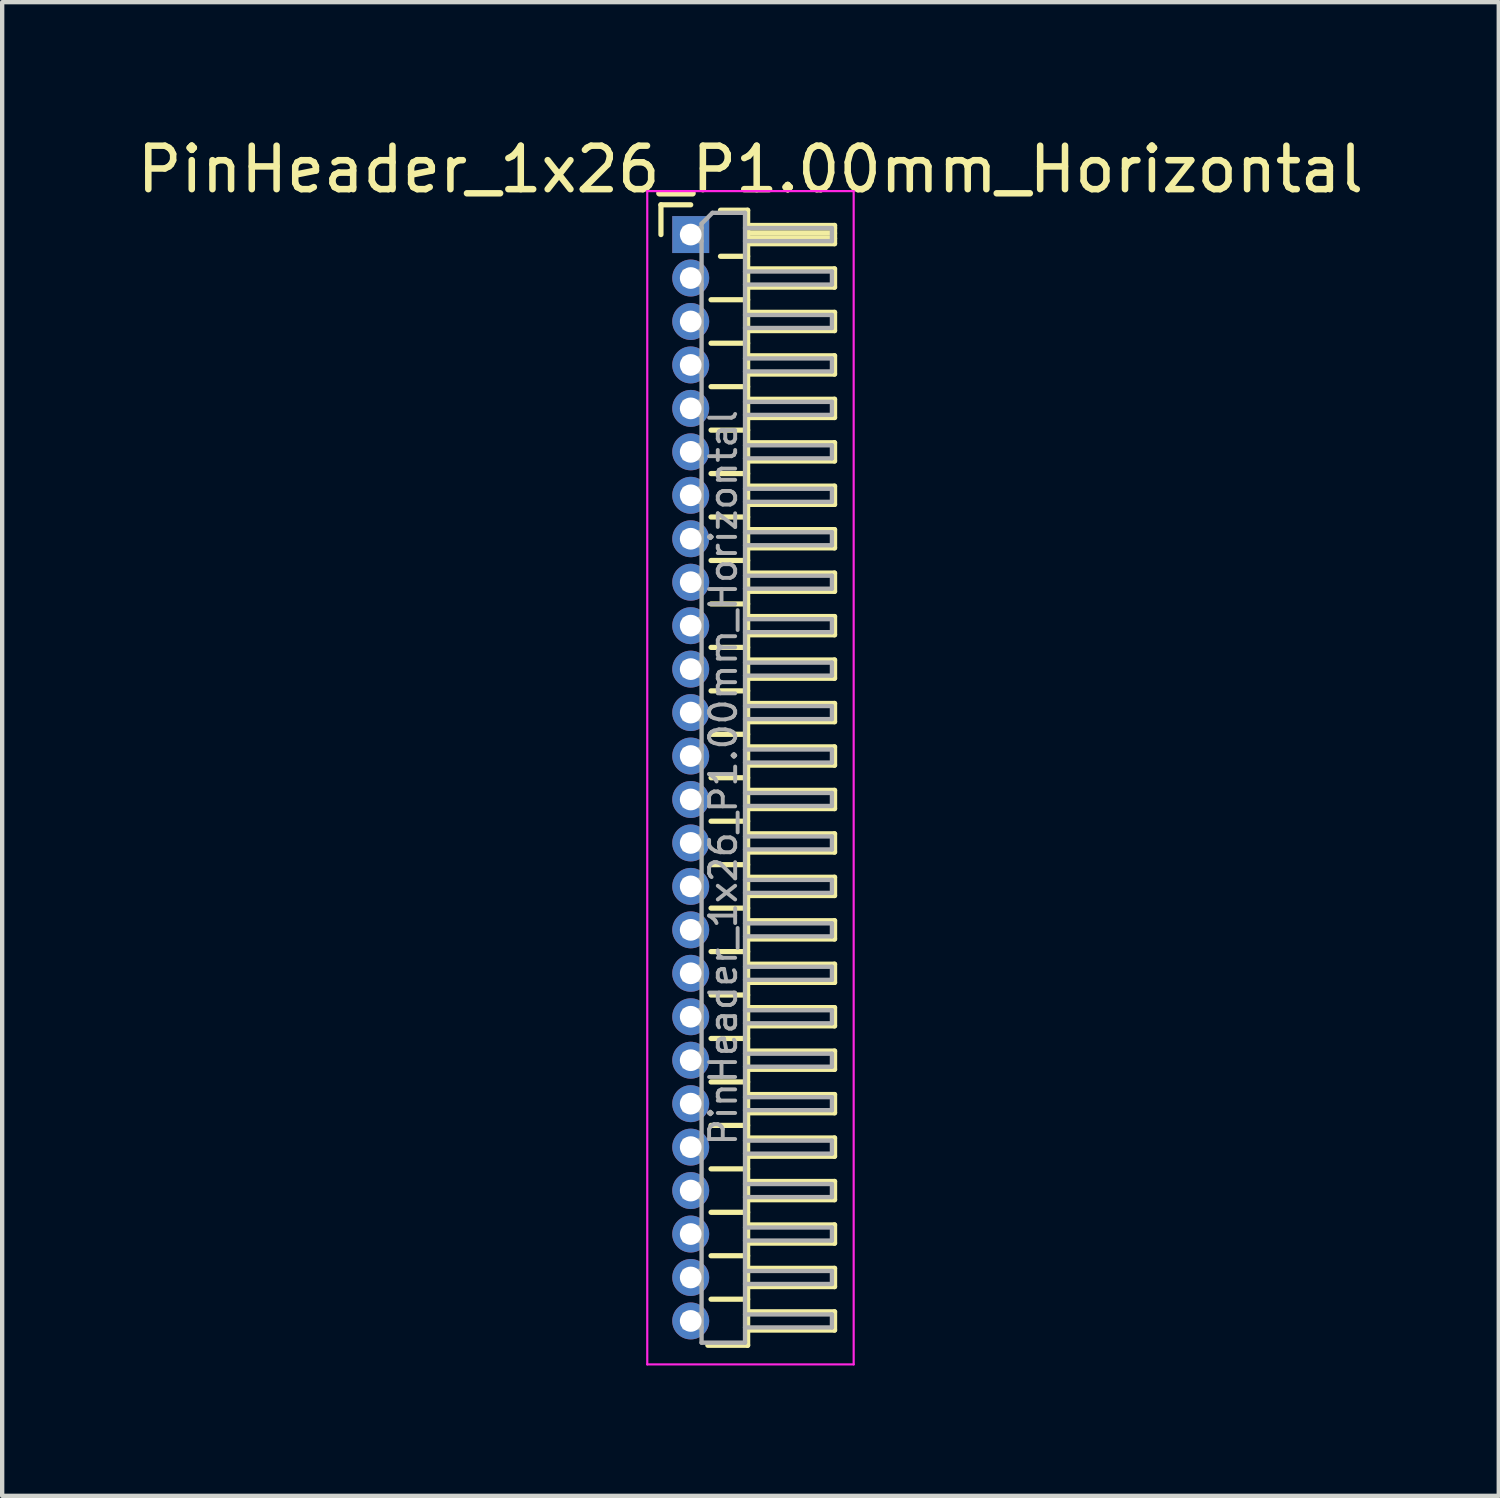
<source format=kicad_pcb>
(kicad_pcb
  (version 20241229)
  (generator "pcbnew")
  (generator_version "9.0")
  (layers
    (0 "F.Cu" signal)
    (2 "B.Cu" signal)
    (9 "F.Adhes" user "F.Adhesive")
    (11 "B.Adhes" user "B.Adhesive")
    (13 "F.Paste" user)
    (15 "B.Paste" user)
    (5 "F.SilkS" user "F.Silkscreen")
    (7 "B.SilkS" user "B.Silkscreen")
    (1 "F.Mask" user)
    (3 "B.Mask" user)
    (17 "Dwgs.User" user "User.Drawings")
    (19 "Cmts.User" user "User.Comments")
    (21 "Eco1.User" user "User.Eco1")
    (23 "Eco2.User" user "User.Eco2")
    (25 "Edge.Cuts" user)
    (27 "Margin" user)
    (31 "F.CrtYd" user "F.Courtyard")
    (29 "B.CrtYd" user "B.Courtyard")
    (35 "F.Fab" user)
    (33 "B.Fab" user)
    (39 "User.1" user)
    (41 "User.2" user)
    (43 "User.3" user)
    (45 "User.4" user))
  (footprint "PinHeader_1x26_P1.00mm_Horizontal"
    (layer "F.Cu")
    (at 12.845 2.348)
    (property "Reference" "PinHeader_1x26_P1.00mm_Horizontal" (at 1.375 -1.5 0) (layer "F.SilkS") (effects (font (size 1 1) (thickness 0.15))))
    (attr through_hole)
    (fp_line (start -0.685 -0.685) (end 0 -0.685) (stroke (width 0.12) (type solid)) (layer "F.SilkS"))
    (fp_line (start -0.685 0) (end -0.685 -0.685) (stroke (width 0.12) (type solid)) (layer "F.SilkS"))
    (fp_line (start 0.468 1.5) (end 1.31 1.5) (stroke (width 0.12) (type solid)) (layer "F.SilkS"))
    (fp_line (start 0.468 2.5) (end 1.31 2.5) (stroke (width 0.12) (type solid)) (layer "F.SilkS"))
    (fp_line (start 0.468 3.5) (end 1.31 3.5) (stroke (width 0.12) (type solid)) (layer "F.SilkS"))
    (fp_line (start 0.468 4.5) (end 1.31 4.5) (stroke (width 0.12) (type solid)) (layer "F.SilkS"))
    (fp_line (start 0.468 5.5) (end 1.31 5.5) (stroke (width 0.12) (type solid)) (layer "F.SilkS"))
    (fp_line (start 0.468 6.5) (end 1.31 6.5) (stroke (width 0.12) (type solid)) (layer "F.SilkS"))
    (fp_line (start 0.468 7.5) (end 1.31 7.5) (stroke (width 0.12) (type solid)) (layer "F.SilkS"))
    (fp_line (start 0.468 8.5) (end 1.31 8.5) (stroke (width 0.12) (type solid)) (layer "F.SilkS"))
    (fp_line (start 0.468 9.5) (end 1.31 9.5) (stroke (width 0.12) (type solid)) (layer "F.SilkS"))
    (fp_line (start 0.468 10.5) (end 1.31 10.5) (stroke (width 0.12) (type solid)) (layer "F.SilkS"))
    (fp_line (start 0.468 11.5) (end 1.31 11.5) (stroke (width 0.12) (type solid)) (layer "F.SilkS"))
    (fp_line (start 0.468 12.5) (end 1.31 12.5) (stroke (width 0.12) (type solid)) (layer "F.SilkS"))
    (fp_line (start 0.468 13.5) (end 1.31 13.5) (stroke (width 0.12) (type solid)) (layer "F.SilkS"))
    (fp_line (start 0.468 14.5) (end 1.31 14.5) (stroke (width 0.12) (type solid)) (layer "F.SilkS"))
    (fp_line (start 0.468 15.5) (end 1.31 15.5) (stroke (width 0.12) (type solid)) (layer "F.SilkS"))
    (fp_line (start 0.468 16.5) (end 1.31 16.5) (stroke (width 0.12) (type solid)) (layer "F.SilkS"))
    (fp_line (start 0.468 17.5) (end 1.31 17.5) (stroke (width 0.12) (type solid)) (layer "F.SilkS"))
    (fp_line (start 0.468 18.5) (end 1.31 18.5) (stroke (width 0.12) (type solid)) (layer "F.SilkS"))
    (fp_line (start 0.468 19.5) (end 1.31 19.5) (stroke (width 0.12) (type solid)) (layer "F.SilkS"))
    (fp_line (start 0.468 20.5) (end 1.31 20.5) (stroke (width 0.12) (type solid)) (layer "F.SilkS"))
    (fp_line (start 0.468 21.5) (end 1.31 21.5) (stroke (width 0.12) (type solid)) (layer "F.SilkS"))
    (fp_line (start 0.468 22.5) (end 1.31 22.5) (stroke (width 0.12) (type solid)) (layer "F.SilkS"))
    (fp_line (start 0.468 23.5) (end 1.31 23.5) (stroke (width 0.12) (type solid)) (layer "F.SilkS"))
    (fp_line (start 0.468 24.5) (end 1.31 24.5) (stroke (width 0.12) (type solid)) (layer "F.SilkS"))
    (fp_line (start 0.685 -0.56) (end 1.31 -0.56) (stroke (width 0.12) (type solid)) (layer "F.SilkS"))
    (fp_line (start 0.685 0.5) (end 1.31 0.5) (stroke (width 0.12) (type solid)) (layer "F.SilkS"))
    (fp_line (start 1.31 -0.56) (end 1.31 25.56) (stroke (width 0.12) (type solid)) (layer "F.SilkS"))
    (fp_line (start 1.31 -0.21) (end 3.31 -0.21) (stroke (width 0.12) (type solid)) (layer "F.SilkS"))
    (fp_line (start 1.31 -0.15) (end 3.31 -0.15) (stroke (width 0.12) (type solid)) (layer "F.SilkS"))
    (fp_line (start 1.31 -0.03) (end 3.31 -0.03) (stroke (width 0.12) (type solid)) (layer "F.SilkS"))
    (fp_line (start 1.31 0.09) (end 3.31 0.09) (stroke (width 0.12) (type solid)) (layer "F.SilkS"))
    (fp_line (start 1.31 0.79) (end 3.31 0.79) (stroke (width 0.12) (type solid)) (layer "F.SilkS"))
    (fp_line (start 1.31 1.79) (end 3.31 1.79) (stroke (width 0.12) (type solid)) (layer "F.SilkS"))
    (fp_line (start 1.31 2.79) (end 3.31 2.79) (stroke (width 0.12) (type solid)) (layer "F.SilkS"))
    (fp_line (start 1.31 3.79) (end 3.31 3.79) (stroke (width 0.12) (type solid)) (layer "F.SilkS"))
    (fp_line (start 1.31 4.79) (end 3.31 4.79) (stroke (width 0.12) (type solid)) (layer "F.SilkS"))
    (fp_line (start 1.31 5.79) (end 3.31 5.79) (stroke (width 0.12) (type solid)) (layer "F.SilkS"))
    (fp_line (start 1.31 6.79) (end 3.31 6.79) (stroke (width 0.12) (type solid)) (layer "F.SilkS"))
    (fp_line (start 1.31 7.79) (end 3.31 7.79) (stroke (width 0.12) (type solid)) (layer "F.SilkS"))
    (fp_line (start 1.31 8.79) (end 3.31 8.79) (stroke (width 0.12) (type solid)) (layer "F.SilkS"))
    (fp_line (start 1.31 9.79) (end 3.31 9.79) (stroke (width 0.12) (type solid)) (layer "F.SilkS"))
    (fp_line (start 1.31 10.79) (end 3.31 10.79) (stroke (width 0.12) (type solid)) (layer "F.SilkS"))
    (fp_line (start 1.31 11.79) (end 3.31 11.79) (stroke (width 0.12) (type solid)) (layer "F.SilkS"))
    (fp_line (start 1.31 12.79) (end 3.31 12.79) (stroke (width 0.12) (type solid)) (layer "F.SilkS"))
    (fp_line (start 1.31 13.79) (end 3.31 13.79) (stroke (width 0.12) (type solid)) (layer "F.SilkS"))
    (fp_line (start 1.31 14.79) (end 3.31 14.79) (stroke (width 0.12) (type solid)) (layer "F.SilkS"))
    (fp_line (start 1.31 15.79) (end 3.31 15.79) (stroke (width 0.12) (type solid)) (layer "F.SilkS"))
    (fp_line (start 1.31 16.79) (end 3.31 16.79) (stroke (width 0.12) (type solid)) (layer "F.SilkS"))
    (fp_line (start 1.31 17.79) (end 3.31 17.79) (stroke (width 0.12) (type solid)) (layer "F.SilkS"))
    (fp_line (start 1.31 18.79) (end 3.31 18.79) (stroke (width 0.12) (type solid)) (layer "F.SilkS"))
    (fp_line (start 1.31 19.79) (end 3.31 19.79) (stroke (width 0.12) (type solid)) (layer "F.SilkS"))
    (fp_line (start 1.31 20.79) (end 3.31 20.79) (stroke (width 0.12) (type solid)) (layer "F.SilkS"))
    (fp_line (start 1.31 21.79) (end 3.31 21.79) (stroke (width 0.12) (type solid)) (layer "F.SilkS"))
    (fp_line (start 1.31 22.79) (end 3.31 22.79) (stroke (width 0.12) (type solid)) (layer "F.SilkS"))
    (fp_line (start 1.31 23.79) (end 3.31 23.79) (stroke (width 0.12) (type solid)) (layer "F.SilkS"))
    (fp_line (start 1.31 24.79) (end 3.31 24.79) (stroke (width 0.12) (type solid)) (layer "F.SilkS"))
    (fp_line (start 1.31 25.56) (end 0.394 25.56) (stroke (width 0.12) (type solid)) (layer "F.SilkS"))
    (fp_line (start 3.31 -0.21) (end 3.31 0.21) (stroke (width 0.12) (type solid)) (layer "F.SilkS"))
    (fp_line (start 3.31 0.21) (end 1.31 0.21) (stroke (width 0.12) (type solid)) (layer "F.SilkS"))
    (fp_line (start 3.31 0.79) (end 3.31 1.21) (stroke (width 0.12) (type solid)) (layer "F.SilkS"))
    (fp_line (start 3.31 1.21) (end 1.31 1.21) (stroke (width 0.12) (type solid)) (layer "F.SilkS"))
    (fp_line (start 3.31 1.79) (end 3.31 2.21) (stroke (width 0.12) (type solid)) (layer "F.SilkS"))
    (fp_line (start 3.31 2.21) (end 1.31 2.21) (stroke (width 0.12) (type solid)) (layer "F.SilkS"))
    (fp_line (start 3.31 2.79) (end 3.31 3.21) (stroke (width 0.12) (type solid)) (layer "F.SilkS"))
    (fp_line (start 3.31 3.21) (end 1.31 3.21) (stroke (width 0.12) (type solid)) (layer "F.SilkS"))
    (fp_line (start 3.31 3.79) (end 3.31 4.21) (stroke (width 0.12) (type solid)) (layer "F.SilkS"))
    (fp_line (start 3.31 4.21) (end 1.31 4.21) (stroke (width 0.12) (type solid)) (layer "F.SilkS"))
    (fp_line (start 3.31 4.79) (end 3.31 5.21) (stroke (width 0.12) (type solid)) (layer "F.SilkS"))
    (fp_line (start 3.31 5.21) (end 1.31 5.21) (stroke (width 0.12) (type solid)) (layer "F.SilkS"))
    (fp_line (start 3.31 5.79) (end 3.31 6.21) (stroke (width 0.12) (type solid)) (layer "F.SilkS"))
    (fp_line (start 3.31 6.21) (end 1.31 6.21) (stroke (width 0.12) (type solid)) (layer "F.SilkS"))
    (fp_line (start 3.31 6.79) (end 3.31 7.21) (stroke (width 0.12) (type solid)) (layer "F.SilkS"))
    (fp_line (start 3.31 7.21) (end 1.31 7.21) (stroke (width 0.12) (type solid)) (layer "F.SilkS"))
    (fp_line (start 3.31 7.79) (end 3.31 8.21) (stroke (width 0.12) (type solid)) (layer "F.SilkS"))
    (fp_line (start 3.31 8.21) (end 1.31 8.21) (stroke (width 0.12) (type solid)) (layer "F.SilkS"))
    (fp_line (start 3.31 8.79) (end 3.31 9.21) (stroke (width 0.12) (type solid)) (layer "F.SilkS"))
    (fp_line (start 3.31 9.21) (end 1.31 9.21) (stroke (width 0.12) (type solid)) (layer "F.SilkS"))
    (fp_line (start 3.31 9.79) (end 3.31 10.21) (stroke (width 0.12) (type solid)) (layer "F.SilkS"))
    (fp_line (start 3.31 10.21) (end 1.31 10.21) (stroke (width 0.12) (type solid)) (layer "F.SilkS"))
    (fp_line (start 3.31 10.79) (end 3.31 11.21) (stroke (width 0.12) (type solid)) (layer "F.SilkS"))
    (fp_line (start 3.31 11.21) (end 1.31 11.21) (stroke (width 0.12) (type solid)) (layer "F.SilkS"))
    (fp_line (start 3.31 11.79) (end 3.31 12.21) (stroke (width 0.12) (type solid)) (layer "F.SilkS"))
    (fp_line (start 3.31 12.21) (end 1.31 12.21) (stroke (width 0.12) (type solid)) (layer "F.SilkS"))
    (fp_line (start 3.31 12.79) (end 3.31 13.21) (stroke (width 0.12) (type solid)) (layer "F.SilkS"))
    (fp_line (start 3.31 13.21) (end 1.31 13.21) (stroke (width 0.12) (type solid)) (layer "F.SilkS"))
    (fp_line (start 3.31 13.79) (end 3.31 14.21) (stroke (width 0.12) (type solid)) (layer "F.SilkS"))
    (fp_line (start 3.31 14.21) (end 1.31 14.21) (stroke (width 0.12) (type solid)) (layer "F.SilkS"))
    (fp_line (start 3.31 14.79) (end 3.31 15.21) (stroke (width 0.12) (type solid)) (layer "F.SilkS"))
    (fp_line (start 3.31 15.21) (end 1.31 15.21) (stroke (width 0.12) (type solid)) (layer "F.SilkS"))
    (fp_line (start 3.31 15.79) (end 3.31 16.21) (stroke (width 0.12) (type solid)) (layer "F.SilkS"))
    (fp_line (start 3.31 16.21) (end 1.31 16.21) (stroke (width 0.12) (type solid)) (layer "F.SilkS"))
    (fp_line (start 3.31 16.79) (end 3.31 17.21) (stroke (width 0.12) (type solid)) (layer "F.SilkS"))
    (fp_line (start 3.31 17.21) (end 1.31 17.21) (stroke (width 0.12) (type solid)) (layer "F.SilkS"))
    (fp_line (start 3.31 17.79) (end 3.31 18.21) (stroke (width 0.12) (type solid)) (layer "F.SilkS"))
    (fp_line (start 3.31 18.21) (end 1.31 18.21) (stroke (width 0.12) (type solid)) (layer "F.SilkS"))
    (fp_line (start 3.31 18.79) (end 3.31 19.21) (stroke (width 0.12) (type solid)) (layer "F.SilkS"))
    (fp_line (start 3.31 19.21) (end 1.31 19.21) (stroke (width 0.12) (type solid)) (layer "F.SilkS"))
    (fp_line (start 3.31 19.79) (end 3.31 20.21) (stroke (width 0.12) (type solid)) (layer "F.SilkS"))
    (fp_line (start 3.31 20.21) (end 1.31 20.21) (stroke (width 0.12) (type solid)) (layer "F.SilkS"))
    (fp_line (start 3.31 20.79) (end 3.31 21.21) (stroke (width 0.12) (type solid)) (layer "F.SilkS"))
    (fp_line (start 3.31 21.21) (end 1.31 21.21) (stroke (width 0.12) (type solid)) (layer "F.SilkS"))
    (fp_line (start 3.31 21.79) (end 3.31 22.21) (stroke (width 0.12) (type solid)) (layer "F.SilkS"))
    (fp_line (start 3.31 22.21) (end 1.31 22.21) (stroke (width 0.12) (type solid)) (layer "F.SilkS"))
    (fp_line (start 3.31 22.79) (end 3.31 23.21) (stroke (width 0.12) (type solid)) (layer "F.SilkS"))
    (fp_line (start 3.31 23.21) (end 1.31 23.21) (stroke (width 0.12) (type solid)) (layer "F.SilkS"))
    (fp_line (start 3.31 23.79) (end 3.31 24.21) (stroke (width 0.12) (type solid)) (layer "F.SilkS"))
    (fp_line (start 3.31 24.21) (end 1.31 24.21) (stroke (width 0.12) (type solid)) (layer "F.SilkS"))
    (fp_line (start 3.31 24.79) (end 3.31 25.21) (stroke (width 0.12) (type solid)) (layer "F.SilkS"))
    (fp_line (start 3.31 25.21) (end 1.31 25.21) (stroke (width 0.12) (type solid)) (layer "F.SilkS"))
    (fp_line (start -1 -1) (end -1 26) (stroke (width 0.05) (type solid)) (layer "F.CrtYd"))
    (fp_line (start -1 26) (end 3.75 26) (stroke (width 0.05) (type solid)) (layer "F.CrtYd"))
    (fp_line (start 3.75 -1) (end -1 -1) (stroke (width 0.05) (type solid)) (layer "F.CrtYd"))
    (fp_line (start 3.75 26) (end 3.75 -1) (stroke (width 0.05) (type solid)) (layer "F.CrtYd"))
    (fp_line (start -0.15 -0.15) (end -0.15 0.15) (stroke (width 0.1) (type solid)) (layer "F.Fab"))
    (fp_line (start -0.15 -0.15) (end 0.25 -0.15) (stroke (width 0.1) (type solid)) (layer "F.Fab"))
    (fp_line (start -0.15 0.15) (end 0.25 0.15) (stroke (width 0.1) (type solid)) (layer "F.Fab"))
    (fp_line (start -0.15 0.85) (end -0.15 1.15) (stroke (width 0.1) (type solid)) (layer "F.Fab"))
    (fp_line (start -0.15 0.85) (end 0.25 0.85) (stroke (width 0.1) (type solid)) (layer "F.Fab"))
    (fp_line (start -0.15 1.15) (end 0.25 1.15) (stroke (width 0.1) (type solid)) (layer "F.Fab"))
    (fp_line (start -0.15 1.85) (end -0.15 2.15) (stroke (width 0.1) (type solid)) (layer "F.Fab"))
    (fp_line (start -0.15 1.85) (end 0.25 1.85) (stroke (width 0.1) (type solid)) (layer "F.Fab"))
    (fp_line (start -0.15 2.15) (end 0.25 2.15) (stroke (width 0.1) (type solid)) (layer "F.Fab"))
    (fp_line (start -0.15 2.85) (end -0.15 3.15) (stroke (width 0.1) (type solid)) (layer "F.Fab"))
    (fp_line (start -0.15 2.85) (end 0.25 2.85) (stroke (width 0.1) (type solid)) (layer "F.Fab"))
    (fp_line (start -0.15 3.15) (end 0.25 3.15) (stroke (width 0.1) (type solid)) (layer "F.Fab"))
    (fp_line (start -0.15 3.85) (end -0.15 4.15) (stroke (width 0.1) (type solid)) (layer "F.Fab"))
    (fp_line (start -0.15 3.85) (end 0.25 3.85) (stroke (width 0.1) (type solid)) (layer "F.Fab"))
    (fp_line (start -0.15 4.15) (end 0.25 4.15) (stroke (width 0.1) (type solid)) (layer "F.Fab"))
    (fp_line (start -0.15 4.85) (end -0.15 5.15) (stroke (width 0.1) (type solid)) (layer "F.Fab"))
    (fp_line (start -0.15 4.85) (end 0.25 4.85) (stroke (width 0.1) (type solid)) (layer "F.Fab"))
    (fp_line (start -0.15 5.15) (end 0.25 5.15) (stroke (width 0.1) (type solid)) (layer "F.Fab"))
    (fp_line (start -0.15 5.85) (end -0.15 6.15) (stroke (width 0.1) (type solid)) (layer "F.Fab"))
    (fp_line (start -0.15 5.85) (end 0.25 5.85) (stroke (width 0.1) (type solid)) (layer "F.Fab"))
    (fp_line (start -0.15 6.15) (end 0.25 6.15) (stroke (width 0.1) (type solid)) (layer "F.Fab"))
    (fp_line (start -0.15 6.85) (end -0.15 7.15) (stroke (width 0.1) (type solid)) (layer "F.Fab"))
    (fp_line (start -0.15 6.85) (end 0.25 6.85) (stroke (width 0.1) (type solid)) (layer "F.Fab"))
    (fp_line (start -0.15 7.15) (end 0.25 7.15) (stroke (width 0.1) (type solid)) (layer "F.Fab"))
    (fp_line (start -0.15 7.85) (end -0.15 8.15) (stroke (width 0.1) (type solid)) (layer "F.Fab"))
    (fp_line (start -0.15 7.85) (end 0.25 7.85) (stroke (width 0.1) (type solid)) (layer "F.Fab"))
    (fp_line (start -0.15 8.15) (end 0.25 8.15) (stroke (width 0.1) (type solid)) (layer "F.Fab"))
    (fp_line (start -0.15 8.85) (end -0.15 9.15) (stroke (width 0.1) (type solid)) (layer "F.Fab"))
    (fp_line (start -0.15 8.85) (end 0.25 8.85) (stroke (width 0.1) (type solid)) (layer "F.Fab"))
    (fp_line (start -0.15 9.15) (end 0.25 9.15) (stroke (width 0.1) (type solid)) (layer "F.Fab"))
    (fp_line (start -0.15 9.85) (end -0.15 10.15) (stroke (width 0.1) (type solid)) (layer "F.Fab"))
    (fp_line (start -0.15 9.85) (end 0.25 9.85) (stroke (width 0.1) (type solid)) (layer "F.Fab"))
    (fp_line (start -0.15 10.15) (end 0.25 10.15) (stroke (width 0.1) (type solid)) (layer "F.Fab"))
    (fp_line (start -0.15 10.85) (end -0.15 11.15) (stroke (width 0.1) (type solid)) (layer "F.Fab"))
    (fp_line (start -0.15 10.85) (end 0.25 10.85) (stroke (width 0.1) (type solid)) (layer "F.Fab"))
    (fp_line (start -0.15 11.15) (end 0.25 11.15) (stroke (width 0.1) (type solid)) (layer "F.Fab"))
    (fp_line (start -0.15 11.85) (end -0.15 12.15) (stroke (width 0.1) (type solid)) (layer "F.Fab"))
    (fp_line (start -0.15 11.85) (end 0.25 11.85) (stroke (width 0.1) (type solid)) (layer "F.Fab"))
    (fp_line (start -0.15 12.15) (end 0.25 12.15) (stroke (width 0.1) (type solid)) (layer "F.Fab"))
    (fp_line (start -0.15 12.85) (end -0.15 13.15) (stroke (width 0.1) (type solid)) (layer "F.Fab"))
    (fp_line (start -0.15 12.85) (end 0.25 12.85) (stroke (width 0.1) (type solid)) (layer "F.Fab"))
    (fp_line (start -0.15 13.15) (end 0.25 13.15) (stroke (width 0.1) (type solid)) (layer "F.Fab"))
    (fp_line (start -0.15 13.85) (end -0.15 14.15) (stroke (width 0.1) (type solid)) (layer "F.Fab"))
    (fp_line (start -0.15 13.85) (end 0.25 13.85) (stroke (width 0.1) (type solid)) (layer "F.Fab"))
    (fp_line (start -0.15 14.15) (end 0.25 14.15) (stroke (width 0.1) (type solid)) (layer "F.Fab"))
    (fp_line (start -0.15 14.85) (end -0.15 15.15) (stroke (width 0.1) (type solid)) (layer "F.Fab"))
    (fp_line (start -0.15 14.85) (end 0.25 14.85) (stroke (width 0.1) (type solid)) (layer "F.Fab"))
    (fp_line (start -0.15 15.15) (end 0.25 15.15) (stroke (width 0.1) (type solid)) (layer "F.Fab"))
    (fp_line (start -0.15 15.85) (end -0.15 16.15) (stroke (width 0.1) (type solid)) (layer "F.Fab"))
    (fp_line (start -0.15 15.85) (end 0.25 15.85) (stroke (width 0.1) (type solid)) (layer "F.Fab"))
    (fp_line (start -0.15 16.15) (end 0.25 16.15) (stroke (width 0.1) (type solid)) (layer "F.Fab"))
    (fp_line (start -0.15 16.85) (end -0.15 17.15) (stroke (width 0.1) (type solid)) (layer "F.Fab"))
    (fp_line (start -0.15 16.85) (end 0.25 16.85) (stroke (width 0.1) (type solid)) (layer "F.Fab"))
    (fp_line (start -0.15 17.15) (end 0.25 17.15) (stroke (width 0.1) (type solid)) (layer "F.Fab"))
    (fp_line (start -0.15 17.85) (end -0.15 18.15) (stroke (width 0.1) (type solid)) (layer "F.Fab"))
    (fp_line (start -0.15 17.85) (end 0.25 17.85) (stroke (width 0.1) (type solid)) (layer "F.Fab"))
    (fp_line (start -0.15 18.15) (end 0.25 18.15) (stroke (width 0.1) (type solid)) (layer "F.Fab"))
    (fp_line (start -0.15 18.85) (end -0.15 19.15) (stroke (width 0.1) (type solid)) (layer "F.Fab"))
    (fp_line (start -0.15 18.85) (end 0.25 18.85) (stroke (width 0.1) (type solid)) (layer "F.Fab"))
    (fp_line (start -0.15 19.15) (end 0.25 19.15) (stroke (width 0.1) (type solid)) (layer "F.Fab"))
    (fp_line (start -0.15 19.85) (end -0.15 20.15) (stroke (width 0.1) (type solid)) (layer "F.Fab"))
    (fp_line (start -0.15 19.85) (end 0.25 19.85) (stroke (width 0.1) (type solid)) (layer "F.Fab"))
    (fp_line (start -0.15 20.15) (end 0.25 20.15) (stroke (width 0.1) (type solid)) (layer "F.Fab"))
    (fp_line (start -0.15 20.85) (end -0.15 21.15) (stroke (width 0.1) (type solid)) (layer "F.Fab"))
    (fp_line (start -0.15 20.85) (end 0.25 20.85) (stroke (width 0.1) (type solid)) (layer "F.Fab"))
    (fp_line (start -0.15 21.15) (end 0.25 21.15) (stroke (width 0.1) (type solid)) (layer "F.Fab"))
    (fp_line (start -0.15 21.85) (end -0.15 22.15) (stroke (width 0.1) (type solid)) (layer "F.Fab"))
    (fp_line (start -0.15 21.85) (end 0.25 21.85) (stroke (width 0.1) (type solid)) (layer "F.Fab"))
    (fp_line (start -0.15 22.15) (end 0.25 22.15) (stroke (width 0.1) (type solid)) (layer "F.Fab"))
    (fp_line (start -0.15 22.85) (end -0.15 23.15) (stroke (width 0.1) (type solid)) (layer "F.Fab"))
    (fp_line (start -0.15 22.85) (end 0.25 22.85) (stroke (width 0.1) (type solid)) (layer "F.Fab"))
    (fp_line (start -0.15 23.15) (end 0.25 23.15) (stroke (width 0.1) (type solid)) (layer "F.Fab"))
    (fp_line (start -0.15 23.85) (end -0.15 24.15) (stroke (width 0.1) (type solid)) (layer "F.Fab"))
    (fp_line (start -0.15 23.85) (end 0.25 23.85) (stroke (width 0.1) (type solid)) (layer "F.Fab"))
    (fp_line (start -0.15 24.15) (end 0.25 24.15) (stroke (width 0.1) (type solid)) (layer "F.Fab"))
    (fp_line (start -0.15 24.85) (end -0.15 25.15) (stroke (width 0.1) (type solid)) (layer "F.Fab"))
    (fp_line (start -0.15 24.85) (end 0.25 24.85) (stroke (width 0.1) (type solid)) (layer "F.Fab"))
    (fp_line (start -0.15 25.15) (end 0.25 25.15) (stroke (width 0.1) (type solid)) (layer "F.Fab"))
    (fp_line (start 0.25 -0.25) (end 0.5 -0.5) (stroke (width 0.1) (type solid)) (layer "F.Fab"))
    (fp_line (start 0.25 25.5) (end 0.25 -0.25) (stroke (width 0.1) (type solid)) (layer "F.Fab"))
    (fp_line (start 0.5 -0.5) (end 1.25 -0.5) (stroke (width 0.1) (type solid)) (layer "F.Fab"))
    (fp_line (start 1.25 -0.5) (end 1.25 25.5) (stroke (width 0.1) (type solid)) (layer "F.Fab"))
    (fp_line (start 1.25 -0.15) (end 3.25 -0.15) (stroke (width 0.1) (type solid)) (layer "F.Fab"))
    (fp_line (start 1.25 0.15) (end 3.25 0.15) (stroke (width 0.1) (type solid)) (layer "F.Fab"))
    (fp_line (start 1.25 0.85) (end 3.25 0.85) (stroke (width 0.1) (type solid)) (layer "F.Fab"))
    (fp_line (start 1.25 1.15) (end 3.25 1.15) (stroke (width 0.1) (type solid)) (layer "F.Fab"))
    (fp_line (start 1.25 1.85) (end 3.25 1.85) (stroke (width 0.1) (type solid)) (layer "F.Fab"))
    (fp_line (start 1.25 2.15) (end 3.25 2.15) (stroke (width 0.1) (type solid)) (layer "F.Fab"))
    (fp_line (start 1.25 2.85) (end 3.25 2.85) (stroke (width 0.1) (type solid)) (layer "F.Fab"))
    (fp_line (start 1.25 3.15) (end 3.25 3.15) (stroke (width 0.1) (type solid)) (layer "F.Fab"))
    (fp_line (start 1.25 3.85) (end 3.25 3.85) (stroke (width 0.1) (type solid)) (layer "F.Fab"))
    (fp_line (start 1.25 4.15) (end 3.25 4.15) (stroke (width 0.1) (type solid)) (layer "F.Fab"))
    (fp_line (start 1.25 4.85) (end 3.25 4.85) (stroke (width 0.1) (type solid)) (layer "F.Fab"))
    (fp_line (start 1.25 5.15) (end 3.25 5.15) (stroke (width 0.1) (type solid)) (layer "F.Fab"))
    (fp_line (start 1.25 5.85) (end 3.25 5.85) (stroke (width 0.1) (type solid)) (layer "F.Fab"))
    (fp_line (start 1.25 6.15) (end 3.25 6.15) (stroke (width 0.1) (type solid)) (layer "F.Fab"))
    (fp_line (start 1.25 6.85) (end 3.25 6.85) (stroke (width 0.1) (type solid)) (layer "F.Fab"))
    (fp_line (start 1.25 7.15) (end 3.25 7.15) (stroke (width 0.1) (type solid)) (layer "F.Fab"))
    (fp_line (start 1.25 7.85) (end 3.25 7.85) (stroke (width 0.1) (type solid)) (layer "F.Fab"))
    (fp_line (start 1.25 8.15) (end 3.25 8.15) (stroke (width 0.1) (type solid)) (layer "F.Fab"))
    (fp_line (start 1.25 8.85) (end 3.25 8.85) (stroke (width 0.1) (type solid)) (layer "F.Fab"))
    (fp_line (start 1.25 9.15) (end 3.25 9.15) (stroke (width 0.1) (type solid)) (layer "F.Fab"))
    (fp_line (start 1.25 9.85) (end 3.25 9.85) (stroke (width 0.1) (type solid)) (layer "F.Fab"))
    (fp_line (start 1.25 10.15) (end 3.25 10.15) (stroke (width 0.1) (type solid)) (layer "F.Fab"))
    (fp_line (start 1.25 10.85) (end 3.25 10.85) (stroke (width 0.1) (type solid)) (layer "F.Fab"))
    (fp_line (start 1.25 11.15) (end 3.25 11.15) (stroke (width 0.1) (type solid)) (layer "F.Fab"))
    (fp_line (start 1.25 11.85) (end 3.25 11.85) (stroke (width 0.1) (type solid)) (layer "F.Fab"))
    (fp_line (start 1.25 12.15) (end 3.25 12.15) (stroke (width 0.1) (type solid)) (layer "F.Fab"))
    (fp_line (start 1.25 12.85) (end 3.25 12.85) (stroke (width 0.1) (type solid)) (layer "F.Fab"))
    (fp_line (start 1.25 13.15) (end 3.25 13.15) (stroke (width 0.1) (type solid)) (layer "F.Fab"))
    (fp_line (start 1.25 13.85) (end 3.25 13.85) (stroke (width 0.1) (type solid)) (layer "F.Fab"))
    (fp_line (start 1.25 14.15) (end 3.25 14.15) (stroke (width 0.1) (type solid)) (layer "F.Fab"))
    (fp_line (start 1.25 14.85) (end 3.25 14.85) (stroke (width 0.1) (type solid)) (layer "F.Fab"))
    (fp_line (start 1.25 15.15) (end 3.25 15.15) (stroke (width 0.1) (type solid)) (layer "F.Fab"))
    (fp_line (start 1.25 15.85) (end 3.25 15.85) (stroke (width 0.1) (type solid)) (layer "F.Fab"))
    (fp_line (start 1.25 16.15) (end 3.25 16.15) (stroke (width 0.1) (type solid)) (layer "F.Fab"))
    (fp_line (start 1.25 16.85) (end 3.25 16.85) (stroke (width 0.1) (type solid)) (layer "F.Fab"))
    (fp_line (start 1.25 17.15) (end 3.25 17.15) (stroke (width 0.1) (type solid)) (layer "F.Fab"))
    (fp_line (start 1.25 17.85) (end 3.25 17.85) (stroke (width 0.1) (type solid)) (layer "F.Fab"))
    (fp_line (start 1.25 18.15) (end 3.25 18.15) (stroke (width 0.1) (type solid)) (layer "F.Fab"))
    (fp_line (start 1.25 18.85) (end 3.25 18.85) (stroke (width 0.1) (type solid)) (layer "F.Fab"))
    (fp_line (start 1.25 19.15) (end 3.25 19.15) (stroke (width 0.1) (type solid)) (layer "F.Fab"))
    (fp_line (start 1.25 19.85) (end 3.25 19.85) (stroke (width 0.1) (type solid)) (layer "F.Fab"))
    (fp_line (start 1.25 20.15) (end 3.25 20.15) (stroke (width 0.1) (type solid)) (layer "F.Fab"))
    (fp_line (start 1.25 20.85) (end 3.25 20.85) (stroke (width 0.1) (type solid)) (layer "F.Fab"))
    (fp_line (start 1.25 21.15) (end 3.25 21.15) (stroke (width 0.1) (type solid)) (layer "F.Fab"))
    (fp_line (start 1.25 21.85) (end 3.25 21.85) (stroke (width 0.1) (type solid)) (layer "F.Fab"))
    (fp_line (start 1.25 22.15) (end 3.25 22.15) (stroke (width 0.1) (type solid)) (layer "F.Fab"))
    (fp_line (start 1.25 22.85) (end 3.25 22.85) (stroke (width 0.1) (type solid)) (layer "F.Fab"))
    (fp_line (start 1.25 23.15) (end 3.25 23.15) (stroke (width 0.1) (type solid)) (layer "F.Fab"))
    (fp_line (start 1.25 23.85) (end 3.25 23.85) (stroke (width 0.1) (type solid)) (layer "F.Fab"))
    (fp_line (start 1.25 24.15) (end 3.25 24.15) (stroke (width 0.1) (type solid)) (layer "F.Fab"))
    (fp_line (start 1.25 24.85) (end 3.25 24.85) (stroke (width 0.1) (type solid)) (layer "F.Fab"))
    (fp_line (start 1.25 25.15) (end 3.25 25.15) (stroke (width 0.1) (type solid)) (layer "F.Fab"))
    (fp_line (start 1.25 25.5) (end 0.25 25.5) (stroke (width 0.1) (type solid)) (layer "F.Fab"))
    (fp_line (start 3.25 -0.15) (end 3.25 0.15) (stroke (width 0.1) (type solid)) (layer "F.Fab"))
    (fp_line (start 3.25 0.85) (end 3.25 1.15) (stroke (width 0.1) (type solid)) (layer "F.Fab"))
    (fp_line (start 3.25 1.85) (end 3.25 2.15) (stroke (width 0.1) (type solid)) (layer "F.Fab"))
    (fp_line (start 3.25 2.85) (end 3.25 3.15) (stroke (width 0.1) (type solid)) (layer "F.Fab"))
    (fp_line (start 3.25 3.85) (end 3.25 4.15) (stroke (width 0.1) (type solid)) (layer "F.Fab"))
    (fp_line (start 3.25 4.85) (end 3.25 5.15) (stroke (width 0.1) (type solid)) (layer "F.Fab"))
    (fp_line (start 3.25 5.85) (end 3.25 6.15) (stroke (width 0.1) (type solid)) (layer "F.Fab"))
    (fp_line (start 3.25 6.85) (end 3.25 7.15) (stroke (width 0.1) (type solid)) (layer "F.Fab"))
    (fp_line (start 3.25 7.85) (end 3.25 8.15) (stroke (width 0.1) (type solid)) (layer "F.Fab"))
    (fp_line (start 3.25 8.85) (end 3.25 9.15) (stroke (width 0.1) (type solid)) (layer "F.Fab"))
    (fp_line (start 3.25 9.85) (end 3.25 10.15) (stroke (width 0.1) (type solid)) (layer "F.Fab"))
    (fp_line (start 3.25 10.85) (end 3.25 11.15) (stroke (width 0.1) (type solid)) (layer "F.Fab"))
    (fp_line (start 3.25 11.85) (end 3.25 12.15) (stroke (width 0.1) (type solid)) (layer "F.Fab"))
    (fp_line (start 3.25 12.85) (end 3.25 13.15) (stroke (width 0.1) (type solid)) (layer "F.Fab"))
    (fp_line (start 3.25 13.85) (end 3.25 14.15) (stroke (width 0.1) (type solid)) (layer "F.Fab"))
    (fp_line (start 3.25 14.85) (end 3.25 15.15) (stroke (width 0.1) (type solid)) (layer "F.Fab"))
    (fp_line (start 3.25 15.85) (end 3.25 16.15) (stroke (width 0.1) (type solid)) (layer "F.Fab"))
    (fp_line (start 3.25 16.85) (end 3.25 17.15) (stroke (width 0.1) (type solid)) (layer "F.Fab"))
    (fp_line (start 3.25 17.85) (end 3.25 18.15) (stroke (width 0.1) (type solid)) (layer "F.Fab"))
    (fp_line (start 3.25 18.85) (end 3.25 19.15) (stroke (width 0.1) (type solid)) (layer "F.Fab"))
    (fp_line (start 3.25 19.85) (end 3.25 20.15) (stroke (width 0.1) (type solid)) (layer "F.Fab"))
    (fp_line (start 3.25 20.85) (end 3.25 21.15) (stroke (width 0.1) (type solid)) (layer "F.Fab"))
    (fp_line (start 3.25 21.85) (end 3.25 22.15) (stroke (width 0.1) (type solid)) (layer "F.Fab"))
    (fp_line (start 3.25 22.85) (end 3.25 23.15) (stroke (width 0.1) (type solid)) (layer "F.Fab"))
    (fp_line (start 3.25 23.85) (end 3.25 24.15) (stroke (width 0.1) (type solid)) (layer "F.Fab"))
    (fp_line (start 3.25 24.85) (end 3.25 25.15) (stroke (width 0.1) (type solid)) (layer "F.Fab"))
    (fp_text user "${REFERENCE}" (at 0.75 12.5 90) (layer "F.Fab") (effects (font (size 0.6 0.6) (thickness 0.09))))
    (pad "1" thru_hole rect (at 0 0) (size 0.85 0.85) (drill 0.5) (layers "*.Cu" "*.Mask"))
    (pad "2" thru_hole oval (at 0 1) (size 0.85 0.85) (drill 0.5) (layers "*.Cu" "*.Mask"))
    (pad "3" thru_hole oval (at 0 2) (size 0.85 0.85) (drill 0.5) (layers "*.Cu" "*.Mask"))
    (pad "4" thru_hole oval (at 0 3) (size 0.85 0.85) (drill 0.5) (layers "*.Cu" "*.Mask"))
    (pad "5" thru_hole oval (at 0 4) (size 0.85 0.85) (drill 0.5) (layers "*.Cu" "*.Mask"))
    (pad "6" thru_hole oval (at 0 5) (size 0.85 0.85) (drill 0.5) (layers "*.Cu" "*.Mask"))
    (pad "7" thru_hole oval (at 0 6) (size 0.85 0.85) (drill 0.5) (layers "*.Cu" "*.Mask"))
    (pad "8" thru_hole oval (at 0 7) (size 0.85 0.85) (drill 0.5) (layers "*.Cu" "*.Mask"))
    (pad "9" thru_hole oval (at 0 8) (size 0.85 0.85) (drill 0.5) (layers "*.Cu" "*.Mask"))
    (pad "10" thru_hole oval (at 0 9) (size 0.85 0.85) (drill 0.5) (layers "*.Cu" "*.Mask"))
    (pad "11" thru_hole oval (at 0 10) (size 0.85 0.85) (drill 0.5) (layers "*.Cu" "*.Mask"))
    (pad "12" thru_hole oval (at 0 11) (size 0.85 0.85) (drill 0.5) (layers "*.Cu" "*.Mask"))
    (pad "13" thru_hole oval (at 0 12) (size 0.85 0.85) (drill 0.5) (layers "*.Cu" "*.Mask"))
    (pad "14" thru_hole oval (at 0 13) (size 0.85 0.85) (drill 0.5) (layers "*.Cu" "*.Mask"))
    (pad "15" thru_hole oval (at 0 14) (size 0.85 0.85) (drill 0.5) (layers "*.Cu" "*.Mask"))
    (pad "16" thru_hole oval (at 0 15) (size 0.85 0.85) (drill 0.5) (layers "*.Cu" "*.Mask"))
    (pad "17" thru_hole oval (at 0 16) (size 0.85 0.85) (drill 0.5) (layers "*.Cu" "*.Mask"))
    (pad "18" thru_hole oval (at 0 17) (size 0.85 0.85) (drill 0.5) (layers "*.Cu" "*.Mask"))
    (pad "19" thru_hole oval (at 0 18) (size 0.85 0.85) (drill 0.5) (layers "*.Cu" "*.Mask"))
    (pad "20" thru_hole oval (at 0 19) (size 0.85 0.85) (drill 0.5) (layers "*.Cu" "*.Mask"))
    (pad "21" thru_hole oval (at 0 20) (size 0.85 0.85) (drill 0.5) (layers "*.Cu" "*.Mask"))
    (pad "22" thru_hole oval (at 0 21) (size 0.85 0.85) (drill 0.5) (layers "*.Cu" "*.Mask"))
    (pad "23" thru_hole oval (at 0 22) (size 0.85 0.85) (drill 0.5) (layers "*.Cu" "*.Mask"))
    (pad "24" thru_hole oval (at 0 23) (size 0.85 0.85) (drill 0.5) (layers "*.Cu" "*.Mask"))
    (pad "25" thru_hole oval (at 0 24) (size 0.85 0.85) (drill 0.5) (layers "*.Cu" "*.Mask"))
    (pad "26" thru_hole oval (at 0 25) (size 0.85 0.85) (drill 0.5) (layers "*.Cu" "*.Mask")))
  (gr_rect
    (start -3 -3)
    (end 31.44 31.373)
    (stroke (width 0.1) (type default))
    (fill no)
    (layer "Edge.Cuts")))
</source>
